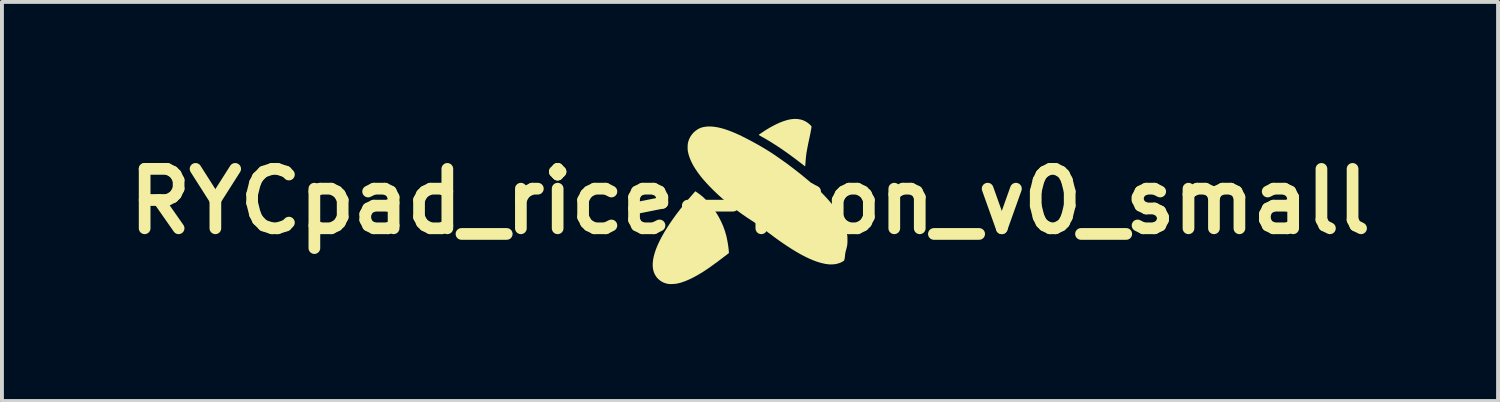
<source format=kicad_pcb>
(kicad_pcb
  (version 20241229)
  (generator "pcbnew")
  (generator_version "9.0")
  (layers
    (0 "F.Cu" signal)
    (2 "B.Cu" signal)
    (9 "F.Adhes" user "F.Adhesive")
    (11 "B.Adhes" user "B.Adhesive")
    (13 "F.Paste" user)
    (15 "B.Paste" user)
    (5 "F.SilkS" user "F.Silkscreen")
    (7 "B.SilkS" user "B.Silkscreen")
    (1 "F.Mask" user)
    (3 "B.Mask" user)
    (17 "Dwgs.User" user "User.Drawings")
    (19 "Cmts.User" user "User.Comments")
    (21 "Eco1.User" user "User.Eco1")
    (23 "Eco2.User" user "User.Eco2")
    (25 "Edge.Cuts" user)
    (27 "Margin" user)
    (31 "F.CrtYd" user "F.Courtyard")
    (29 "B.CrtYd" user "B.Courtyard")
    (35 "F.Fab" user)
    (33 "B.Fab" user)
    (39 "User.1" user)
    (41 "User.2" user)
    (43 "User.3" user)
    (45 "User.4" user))
  (footprint "RYCpad_rice-icon_v0_small"
    (layer "F.Cu")
    (at 16.191 2.117)
    (property "Reference" "RYCpad_rice-icon_v0_small" (at 0 0 0) (layer "F.SilkS") (effects (font (size 1.524 1.524) (thickness 0.3))))
    (attr board_only exclude_from_pos_files exclude_from_bom)
    (fp_poly (pts (xy -1.361 -0.232) (xy -1.311 -0.197) (xy -1.265 -0.162) (xy -1.22 -0.125) (xy -1.175 -0.083) (xy -1.136 -0.045) (xy -1.044 0.053) (xy -0.959 0.158) (xy -0.88 0.269) (xy -0.809 0.386) (xy -0.746 0.506) (xy -0.691 0.63) (xy -0.645 0.756) (xy -0.608 0.884) (xy -0.606 0.891) (xy -0.592 0.957) (xy -0.578 1.029) (xy -0.565 1.103) (xy -0.555 1.176) (xy -0.547 1.245) (xy -0.544 1.284) (xy -0.541 1.324) (xy -0.578 1.353) (xy -0.673 1.425) (xy -0.761 1.492) (xy -0.842 1.553) (xy -0.918 1.608) (xy -0.988 1.659) (xy -1.054 1.706) (xy -1.116 1.748) (xy -1.175 1.787) (xy -1.231 1.823) (xy -1.286 1.856) (xy -1.339 1.887) (xy -1.391 1.916) (xy -1.443 1.944) (xy -1.487 1.967) (xy -1.567 2.005) (xy -1.641 2.037) (xy -1.711 2.063) (xy -1.778 2.085) (xy -1.844 2.102) (xy -1.89 2.111) (xy -1.916 2.114) (xy -1.949 2.117) (xy -1.984 2.119) (xy -2.02 2.12) (xy -2.052 2.12) (xy -2.079 2.119) (xy -2.09 2.118) (xy -2.159 2.103) (xy -2.223 2.08) (xy -2.282 2.048) (xy -2.335 2.008) (xy -2.383 1.961) (xy -2.409 1.926) (xy -2.444 1.87) (xy -2.469 1.808) (xy -2.487 1.741) (xy -2.496 1.669) (xy -2.496 1.591) (xy -2.488 1.508) (xy -2.472 1.42) (xy -2.447 1.328) (xy -2.414 1.23) (xy -2.373 1.127) (xy -2.323 1.02) (xy -2.32 1.014) (xy -2.264 0.906) (xy -2.2 0.793) (xy -2.128 0.676) (xy -2.05 0.556) (xy -1.965 0.434) (xy -1.874 0.309) (xy -1.778 0.184) (xy -1.677 0.058) (xy -1.571 -0.068) (xy -1.462 -0.193) (xy -1.444 -0.214) (xy -1.402 -0.26)) (stroke (width 0) (type solid)) (fill yes) (layer "F.SilkS"))
    (fp_poly (pts (xy 1.218 -2.114) (xy 1.287 -2.103) (xy 1.35 -2.086) (xy 1.408 -2.061) (xy 1.463 -2.029) (xy 1.516 -1.988) (xy 1.536 -1.97) (xy 1.555 -1.951) (xy 1.567 -1.938) (xy 1.574 -1.928) (xy 1.577 -1.919) (xy 1.577 -1.917) (xy 1.576 -1.903) (xy 1.573 -1.88) (xy 1.568 -1.85) (xy 1.561 -1.814) (xy 1.554 -1.773) (xy 1.545 -1.728) (xy 1.535 -1.68) (xy 1.525 -1.63) (xy 1.524 -1.629) (xy 1.508 -1.552) (xy 1.493 -1.483) (xy 1.481 -1.421) (xy 1.47 -1.366) (xy 1.461 -1.317) (xy 1.453 -1.271) (xy 1.446 -1.228) (xy 1.441 -1.187) (xy 1.436 -1.146) (xy 1.432 -1.105) (xy 1.429 -1.069) (xy 1.426 -1.036) (xy 1.424 -1.003) (xy 1.421 -0.974) (xy 1.419 -0.95) (xy 1.418 -0.935) (xy 1.414 -0.897) (xy 1.354 -0.945) (xy 1.329 -0.964) (xy 1.297 -0.989) (xy 1.26 -1.017) (xy 1.219 -1.048) (xy 1.176 -1.081) (xy 1.131 -1.114) (xy 1.087 -1.147) (xy 1.045 -1.178) (xy 1.006 -1.207) (xy 0.972 -1.231) (xy 0.944 -1.252) (xy 0.936 -1.257) (xy 0.78 -1.365) (xy 0.629 -1.464) (xy 0.483 -1.555) (xy 0.34 -1.638) (xy 0.297 -1.662) (xy 0.272 -1.676) (xy 0.251 -1.688) (xy 0.235 -1.698) (xy 0.225 -1.705) (xy 0.223 -1.707) (xy 0.228 -1.711) (xy 0.24 -1.72) (xy 0.257 -1.732) (xy 0.278 -1.747) (xy 0.303 -1.763) (xy 0.328 -1.78) (xy 0.354 -1.798) (xy 0.379 -1.814) (xy 0.4 -1.828) (xy 0.418 -1.839) (xy 0.423 -1.842) (xy 0.531 -1.906) (xy 0.634 -1.961) (xy 0.732 -2.008) (xy 0.825 -2.046) (xy 0.913 -2.076) (xy 0.996 -2.098) (xy 1.074 -2.111) (xy 1.149 -2.117)) (stroke (width 0) (type solid)) (fill yes) (layer "F.SilkS"))
    (fp_poly (pts (xy -0.972 -1.92) (xy -0.901 -1.912) (xy -0.827 -1.9) (xy -0.749 -1.882) (xy -0.666 -1.859) (xy -0.579 -1.83) (xy -0.487 -1.796) (xy -0.39 -1.756) (xy -0.287 -1.71) (xy -0.179 -1.658) (xy -0.064 -1.599) (xy 0.058 -1.535) (xy 0.187 -1.464) (xy 0.273 -1.415) (xy 0.376 -1.354) (xy 0.485 -1.287) (xy 0.599 -1.213) (xy 0.716 -1.133) (xy 0.835 -1.049) (xy 0.957 -0.962) (xy 1.078 -0.871) (xy 1.2 -0.777) (xy 1.32 -0.682) (xy 1.437 -0.586) (xy 1.547 -0.493) (xy 1.649 -0.402) (xy 1.749 -0.309) (xy 1.845 -0.215) (xy 1.937 -0.119) (xy 2.023 -0.024) (xy 2.103 0.07) (xy 2.176 0.161) (xy 2.24 0.248) (xy 2.299 0.336) (xy 2.349 0.42) (xy 2.392 0.501) (xy 2.427 0.581) (xy 2.454 0.66) (xy 2.475 0.74) (xy 2.489 0.821) (xy 2.498 0.905) (xy 2.5 0.991) (xy 2.499 1.038) (xy 2.498 1.078) (xy 2.494 1.113) (xy 2.489 1.147) (xy 2.481 1.182) (xy 2.471 1.221) (xy 2.466 1.239) (xy 2.459 1.263) (xy 2.453 1.285) (xy 2.448 1.308) (xy 2.444 1.332) (xy 2.44 1.361) (xy 2.436 1.397) (xy 2.433 1.428) (xy 2.43 1.452) (xy 2.425 1.475) (xy 2.421 1.494) (xy 2.419 1.5) (xy 2.414 1.511) (xy 2.408 1.52) (xy 2.399 1.529) (xy 2.384 1.538) (xy 2.369 1.547) (xy 2.321 1.571) (xy 2.267 1.59) (xy 2.21 1.605) (xy 2.184 1.609) (xy 2.154 1.613) (xy 2.118 1.615) (xy 2.079 1.616) (xy 2.043 1.616) (xy 2.012 1.614) (xy 2.007 1.613) (xy 1.921 1.601) (xy 1.83 1.58) (xy 1.736 1.553) (xy 1.637 1.517) (xy 1.534 1.474) (xy 1.426 1.423) (xy 1.314 1.365) (xy 1.196 1.298) (xy 1.073 1.223) (xy 0.945 1.14) (xy 0.939 1.136) (xy 0.904 1.113) (xy 0.871 1.091) (xy 0.84 1.069) (xy 0.809 1.048) (xy 0.779 1.027) (xy 0.747 1.005) (xy 0.715 0.982) (xy 0.68 0.957) (xy 0.643 0.93) (xy 0.602 0.9) (xy 0.558 0.866) (xy 0.508 0.829) (xy 0.452 0.788) (xy 0.391 0.742) (xy 0.322 0.69) (xy 0.293 0.668) (xy 0.254 0.639) (xy 0.213 0.609) (xy 0.171 0.579) (xy 0.131 0.551) (xy 0.095 0.526) (xy 0.063 0.505) (xy 0.05 0.497) (xy -0.079 0.413) (xy -0.207 0.324) (xy -0.334 0.231) (xy -0.459 0.135) (xy -0.581 0.036) (xy -0.7 -0.065) (xy -0.814 -0.167) (xy -0.923 -0.27) (xy -1.025 -0.372) (xy -1.12 -0.473) (xy -1.207 -0.572) (xy -1.261 -0.637) (xy -1.337 -0.738) (xy -1.404 -0.836) (xy -1.462 -0.932) (xy -1.509 -1.025) (xy -1.547 -1.116) (xy -1.576 -1.204) (xy -1.595 -1.289) (xy -1.597 -1.306) (xy -1.6 -1.339) (xy -1.601 -1.377) (xy -1.6 -1.418) (xy -1.598 -1.458) (xy -1.593 -1.494) (xy -1.587 -1.523) (xy -1.565 -1.59) (xy -1.534 -1.654) (xy -1.495 -1.713) (xy -1.449 -1.766) (xy -1.397 -1.812) (xy -1.34 -1.851) (xy -1.306 -1.87) (xy -1.255 -1.891) (xy -1.201 -1.906) (xy -1.144 -1.916) (xy -1.08 -1.922) (xy -1.039 -1.922)) (stroke (width 0) (type solid)) (fill yes) (layer "F.SilkS")))
  (gr_rect
    (start -3 -3)
    (end 35.381 7.237)
    (stroke (width 0.1) (type default))
    (fill no)
    (layer "Edge.Cuts")))
</source>
